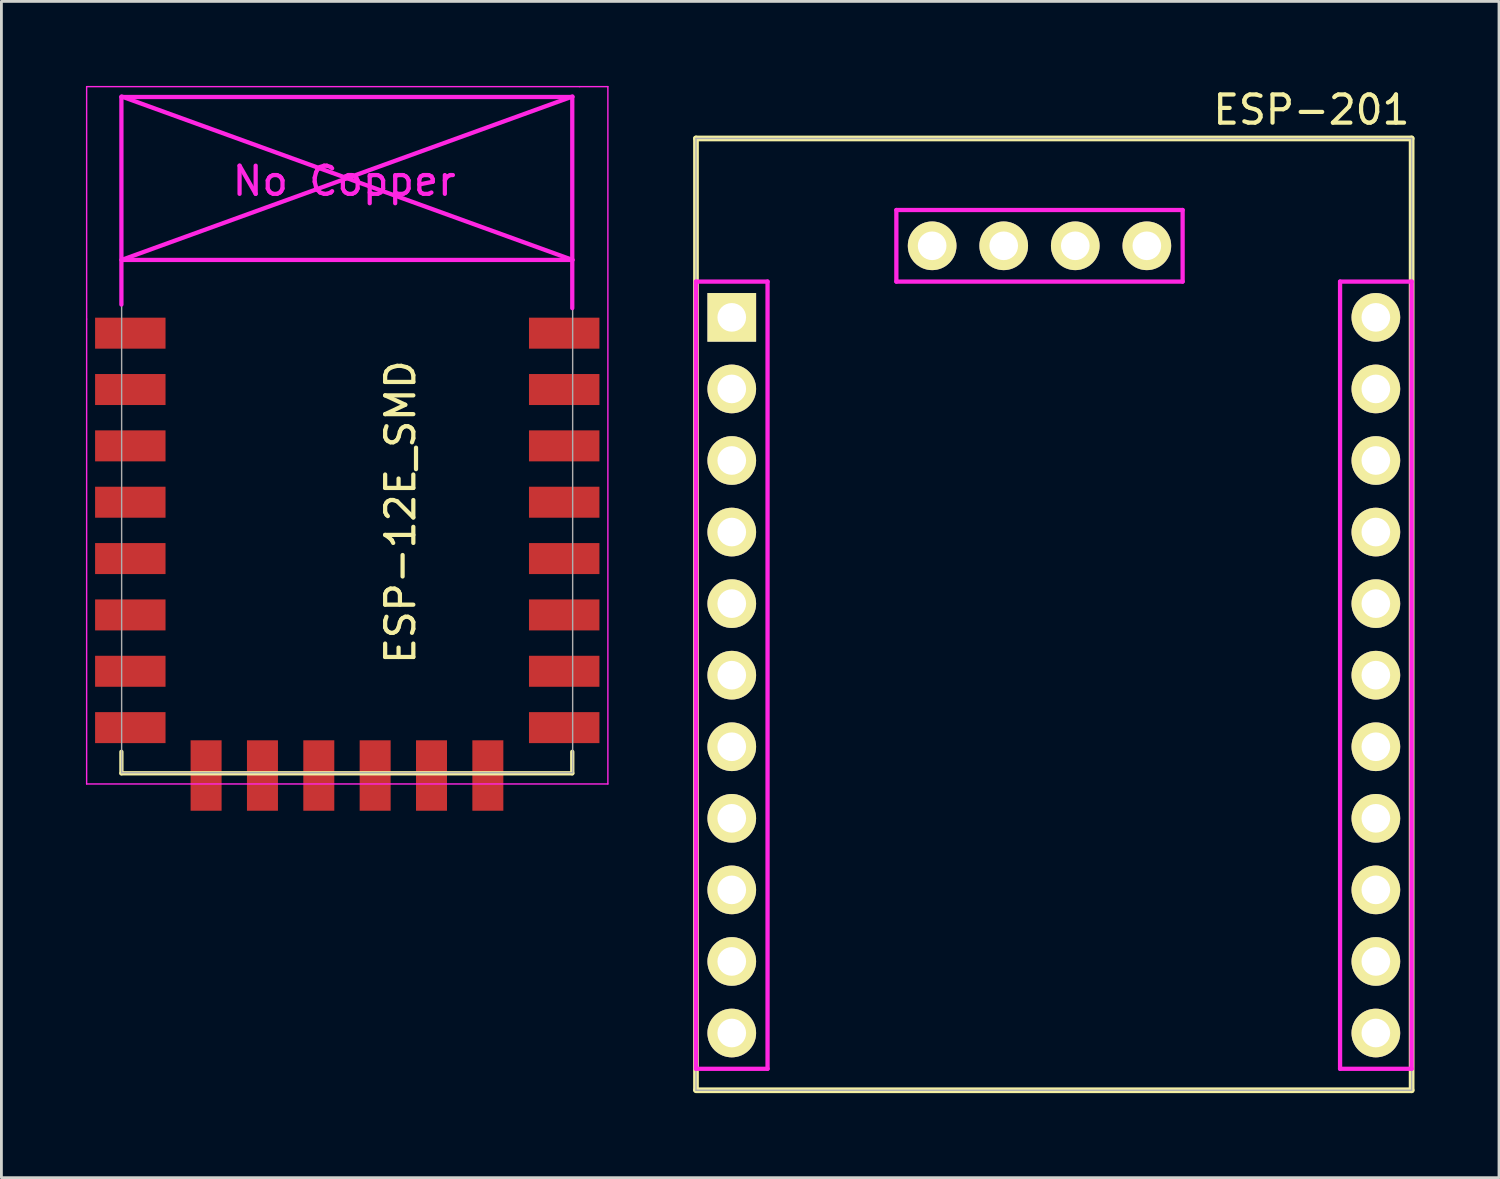
<source format=kicad_pcb>
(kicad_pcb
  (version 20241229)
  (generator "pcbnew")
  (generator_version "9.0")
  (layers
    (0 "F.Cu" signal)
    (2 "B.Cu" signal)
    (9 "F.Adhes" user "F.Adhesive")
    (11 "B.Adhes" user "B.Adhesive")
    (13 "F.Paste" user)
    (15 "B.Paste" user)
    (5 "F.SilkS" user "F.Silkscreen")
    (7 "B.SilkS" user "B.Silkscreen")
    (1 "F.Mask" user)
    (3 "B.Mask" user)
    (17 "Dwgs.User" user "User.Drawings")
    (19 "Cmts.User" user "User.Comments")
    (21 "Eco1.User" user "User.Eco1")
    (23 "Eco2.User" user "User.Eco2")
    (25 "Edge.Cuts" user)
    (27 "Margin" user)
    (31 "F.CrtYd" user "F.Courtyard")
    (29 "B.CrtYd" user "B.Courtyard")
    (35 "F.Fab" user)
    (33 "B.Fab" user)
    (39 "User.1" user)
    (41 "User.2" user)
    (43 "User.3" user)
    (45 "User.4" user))
  (footprint "ESP-12E_SMD"
    (layer "F.Cu")
    (at 2.275 8.775)
    (property "Reference" "ESP-12E_SMD" (at 8.89 6.35 90) (layer "F.SilkS") (effects (font (size 1 1) (thickness 0.15))))
    (attr through_hole)
    (fp_line (start -1.016 14.859) (end -1.016 15.621) (stroke (width 0.152) (type solid)) (layer "F.SilkS"))
    (fp_line (start -1.016 15.621) (end 14.986 15.621) (stroke (width 0.152) (type solid)) (layer "F.SilkS"))
    (fp_line (start 14.986 15.621) (end 14.986 14.859) (stroke (width 0.152) (type solid)) (layer "F.SilkS"))
    (fp_line (start -2.25 -8.75) (end 15.25 -8.75) (stroke (width 0.05) (type solid)) (layer "F.CrtYd"))
    (fp_line (start -2.25 -0.5) (end -2.25 -8.75) (stroke (width 0.05) (type solid)) (layer "F.CrtYd"))
    (fp_line (start -2.25 16) (end -2.25 -0.5) (stroke (width 0.05) (type solid)) (layer "F.CrtYd"))
    (fp_line (start -1.016 -8.382) (end -1.016 -1.016) (stroke (width 0.152) (type solid)) (layer "F.CrtYd"))
    (fp_line (start -1.016 -8.382) (end 14.986 -8.382) (stroke (width 0.152) (type solid)) (layer "F.CrtYd"))
    (fp_line (start -1.008 -8.4) (end 14.992 -2.6) (stroke (width 0.152) (type solid)) (layer "F.CrtYd"))
    (fp_line (start -1.008 -2.6) (end 14.992 -2.6) (stroke (width 0.152) (type solid)) (layer "F.CrtYd"))
    (fp_line (start 14.986 -8.382) (end 14.986 -0.889) (stroke (width 0.152) (type solid)) (layer "F.CrtYd"))
    (fp_line (start 14.992 -8.4) (end -1.008 -2.6) (stroke (width 0.152) (type solid)) (layer "F.CrtYd"))
    (fp_line (start 15.25 -8.75) (end 16.25 -8.75) (stroke (width 0.05) (type solid)) (layer "F.CrtYd"))
    (fp_line (start 16.25 -8.75) (end 16.25 16) (stroke (width 0.05) (type solid)) (layer "F.CrtYd"))
    (fp_line (start 16.25 16) (end -2.25 16) (stroke (width 0.05) (type solid)) (layer "F.CrtYd"))
    (fp_line (start -1.008 -8.4) (end 14.992 -8.4) (stroke (width 0.05) (type solid)) (layer "F.Fab"))
    (fp_line (start -1.008 15.6) (end -1.008 -8.4) (stroke (width 0.05) (type solid)) (layer "F.Fab"))
    (fp_line (start 14.992 15.6) (end -1.008 15.6) (stroke (width 0.05) (type solid)) (layer "F.Fab"))
    (fp_line (start 15 -8.4) (end 15 15.6) (stroke (width 0.05) (type solid)) (layer "F.Fab"))
    (fp_text user "No Copper" (at 6.892 -5.4 0) (layer "F.CrtYd") (effects (font (size 1 1) (thickness 0.15))))
    (pad "1" smd rect (at 0 0) (size 2.5 1.1) (drill (offset -0.7 0)) (layers "F.Cu" "F.Mask" "F.Paste"))
    (pad "2" smd rect (at 0 2) (size 2.5 1.1) (drill (offset -0.7 0)) (layers "F.Cu" "F.Mask" "F.Paste"))
    (pad "3" smd rect (at 0 4) (size 2.5 1.1) (drill (offset -0.7 0)) (layers "F.Cu" "F.Mask" "F.Paste"))
    (pad "4" smd rect (at 0 6) (size 2.5 1.1) (drill (offset -0.7 0)) (layers "F.Cu" "F.Mask" "F.Paste"))
    (pad "5" smd rect (at 0 8) (size 2.5 1.1) (drill (offset -0.7 0)) (layers "F.Cu" "F.Mask" "F.Paste"))
    (pad "6" smd rect (at 0 10) (size 2.5 1.1) (drill (offset -0.7 0)) (layers "F.Cu" "F.Mask" "F.Paste"))
    (pad "7" smd rect (at 0 12) (size 2.5 1.1) (drill (offset -0.7 0)) (layers "F.Cu" "F.Mask" "F.Paste"))
    (pad "8" smd rect (at 0 14) (size 2.5 1.1) (drill (offset -0.7 0)) (layers "F.Cu" "F.Mask" "F.Paste"))
    (pad "9" smd rect (at 14 14) (size 2.5 1.1) (drill (offset 0.7 0)) (layers "F.Cu" "F.Mask" "F.Paste"))
    (pad "10" smd rect (at 14 12) (size 2.5 1.1) (drill (offset 0.7 0)) (layers "F.Cu" "F.Mask" "F.Paste"))
    (pad "11" smd rect (at 14 10) (size 2.5 1.1) (drill (offset 0.7 0)) (layers "F.Cu" "F.Mask" "F.Paste"))
    (pad "12" smd rect (at 14 8) (size 2.5 1.1) (drill (offset 0.7 0)) (layers "F.Cu" "F.Mask" "F.Paste"))
    (pad "13" smd rect (at 14 6) (size 2.5 1.1) (drill (offset 0.7 0)) (layers "F.Cu" "F.Mask" "F.Paste"))
    (pad "14" smd rect (at 14 4) (size 2.5 1.1) (drill (offset 0.7 0)) (layers "F.Cu" "F.Mask" "F.Paste"))
    (pad "15" smd rect (at 14 2) (size 2.5 1.1) (drill (offset 0.7 0)) (layers "F.Cu" "F.Mask" "F.Paste"))
    (pad "16" smd rect (at 14 0) (size 2.5 1.1) (drill (offset 0.7 0)) (layers "F.Cu" "F.Mask" "F.Paste"))
    (pad "17" smd rect (at 1.99 15 90) (size 2.5 1.1) (drill (offset -0.7 0)) (layers "F.Cu" "F.Mask" "F.Paste"))
    (pad "18" smd rect (at 3.99 15 90) (size 2.5 1.1) (drill (offset -0.7 0)) (layers "F.Cu" "F.Mask" "F.Paste"))
    (pad "19" smd rect (at 5.99 15 90) (size 2.5 1.1) (drill (offset -0.7 0)) (layers "F.Cu" "F.Mask" "F.Paste"))
    (pad "20" smd rect (at 7.99 15 90) (size 2.5 1.1) (drill (offset -0.7 0)) (layers "F.Cu" "F.Mask" "F.Paste"))
    (pad "21" smd rect (at 9.99 15 90) (size 2.5 1.1) (drill (offset -0.7 0)) (layers "F.Cu" "F.Mask" "F.Paste"))
    (pad "22" smd rect (at 11.99 15 90) (size 2.5 1.1) (drill (offset -0.7 0)) (layers "F.Cu" "F.Mask" "F.Paste")))
  (footprint "ESP-201"
    (layer "F.Cu")
    (at 22.922 8.214)
    (property "Reference" "ESP-201" (at 20.574 -7.366 0) (layer "F.SilkS") (effects (font (size 1 1) (thickness 0.15))))
    (attr through_hole)
    (fp_line (start -1.27 -6.35) (end -1.27 27.407) (stroke (width 0.203) (type solid)) (layer "F.SilkS"))
    (fp_line (start -1.27 27.432) (end 24.13 27.432) (stroke (width 0.203) (type solid)) (layer "F.SilkS"))
    (fp_line (start 24.13 -6.35) (end -1.27 -6.35) (stroke (width 0.203) (type solid)) (layer "F.SilkS"))
    (fp_line (start 24.13 27.432) (end 24.13 -6.35) (stroke (width 0.203) (type solid)) (layer "F.SilkS"))
    (fp_line (start -1.27 -1.27) (end -1.27 26.67) (stroke (width 0.152) (type solid)) (layer "F.CrtYd"))
    (fp_line (start -1.27 26.67) (end 1.27 26.67) (stroke (width 0.152) (type solid)) (layer "F.CrtYd"))
    (fp_line (start 1.27 -1.27) (end -1.27 -1.27) (stroke (width 0.152) (type solid)) (layer "F.CrtYd"))
    (fp_line (start 1.27 26.67) (end 1.27 -1.27) (stroke (width 0.152) (type solid)) (layer "F.CrtYd"))
    (fp_line (start 5.842 -3.81) (end 16.002 -3.81) (stroke (width 0.152) (type solid)) (layer "F.CrtYd"))
    (fp_line (start 5.842 -1.27) (end 5.842 -3.81) (stroke (width 0.152) (type solid)) (layer "F.CrtYd"))
    (fp_line (start 16.002 -3.81) (end 16.002 -1.27) (stroke (width 0.152) (type solid)) (layer "F.CrtYd"))
    (fp_line (start 16.002 -1.27) (end 5.842 -1.27) (stroke (width 0.152) (type solid)) (layer "F.CrtYd"))
    (fp_line (start 21.59 -1.27) (end 24.13 -1.27) (stroke (width 0.152) (type solid)) (layer "F.CrtYd"))
    (fp_line (start 21.59 26.67) (end 21.59 -1.27) (stroke (width 0.152) (type solid)) (layer "F.CrtYd"))
    (fp_line (start 24.13 -1.27) (end 24.13 26.67) (stroke (width 0.152) (type solid)) (layer "F.CrtYd"))
    (fp_line (start 24.13 26.67) (end 21.59 26.67) (stroke (width 0.152) (type solid)) (layer "F.CrtYd"))
    (fp_line (start -1.27 -6.35) (end 24.13 -6.35) (stroke (width 0.05) (type solid)) (layer "F.Fab"))
    (fp_line (start -1.27 27.432) (end -1.27 -6.35) (stroke (width 0.05) (type solid)) (layer "F.Fab"))
    (fp_line (start 24.13 -6.35) (end 24.13 27.432) (stroke (width 0.05) (type solid)) (layer "F.Fab"))
    (fp_line (start 24.13 27.432) (end -1.27 27.432) (stroke (width 0.05) (type solid)) (layer "F.Fab"))
    (pad "1" thru_hole rect (at 0 0 90) (size 1.727 1.727) (drill 1.016) (layers "*.Cu" "*.Mask" "F.SilkS"))
    (pad "2" thru_hole circle (at 0 2.54 90) (size 1.727 1.727) (drill 1.016) (layers "*.Cu" "*.Mask" "F.SilkS"))
    (pad "3" thru_hole circle (at 0 5.08 90) (size 1.727 1.727) (drill 1.016) (layers "*.Cu" "*.Mask" "F.SilkS"))
    (pad "4" thru_hole circle (at 0 7.62 90) (size 1.727 1.727) (drill 1.016) (layers "*.Cu" "*.Mask" "F.SilkS"))
    (pad "5" thru_hole circle (at 0 10.16 90) (size 1.727 1.727) (drill 1.016) (layers "*.Cu" "*.Mask" "F.SilkS"))
    (pad "6" thru_hole circle (at 0 12.7 90) (size 1.727 1.727) (drill 1.016) (layers "*.Cu" "*.Mask" "F.SilkS"))
    (pad "7" thru_hole circle (at 0 15.24 90) (size 1.727 1.727) (drill 1.016) (layers "*.Cu" "*.Mask" "F.SilkS"))
    (pad "8" thru_hole circle (at 0 17.78 90) (size 1.727 1.727) (drill 1.016) (layers "*.Cu" "*.Mask" "F.SilkS"))
    (pad "9" thru_hole circle (at 0 20.32 90) (size 1.727 1.727) (drill 1.016) (layers "*.Cu" "*.Mask" "F.SilkS"))
    (pad "10" thru_hole circle (at 0 22.86 90) (size 1.727 1.727) (drill 1.016) (layers "*.Cu" "*.Mask" "F.SilkS"))
    (pad "11" thru_hole circle (at 0 25.4 90) (size 1.727 1.727) (drill 1.016) (layers "*.Cu" "*.Mask" "F.SilkS"))
    (pad "12" thru_hole circle (at 22.86 25.4 90) (size 1.727 1.727) (drill 1.016) (layers "*.Cu" "*.Mask" "F.SilkS"))
    (pad "13" thru_hole circle (at 22.86 22.86 90) (size 1.727 1.727) (drill 1.016) (layers "*.Cu" "*.Mask" "F.SilkS"))
    (pad "14" thru_hole circle (at 22.86 20.32 90) (size 1.727 1.727) (drill 1.016) (layers "*.Cu" "*.Mask" "F.SilkS"))
    (pad "15" thru_hole circle (at 22.86 17.78 90) (size 1.727 1.727) (drill 1.016) (layers "*.Cu" "*.Mask" "F.SilkS"))
    (pad "16" thru_hole circle (at 22.86 15.24 90) (size 1.727 1.727) (drill 1.016) (layers "*.Cu" "*.Mask" "F.SilkS"))
    (pad "17" thru_hole circle (at 22.86 12.7 90) (size 1.727 1.727) (drill 1.016) (layers "*.Cu" "*.Mask" "F.SilkS"))
    (pad "18" thru_hole circle (at 22.86 10.16 90) (size 1.727 1.727) (drill 1.016) (layers "*.Cu" "*.Mask" "F.SilkS"))
    (pad "19" thru_hole circle (at 22.86 7.62 90) (size 1.727 1.727) (drill 1.016) (layers "*.Cu" "*.Mask" "F.SilkS"))
    (pad "20" thru_hole circle (at 22.86 5.08 90) (size 1.727 1.727) (drill 1.016) (layers "*.Cu" "*.Mask" "F.SilkS"))
    (pad "21" thru_hole circle (at 22.86 2.54 90) (size 1.727 1.727) (drill 1.016) (layers "*.Cu" "*.Mask" "F.SilkS"))
    (pad "22" thru_hole circle (at 22.86 0 90) (size 1.727 1.727) (drill 1.016) (layers "*.Cu" "*.Mask" "F.SilkS"))
    (pad "23" thru_hole circle (at 14.732 -2.54 90) (size 1.727 1.727) (drill 1.016) (layers "*.Cu" "*.Mask" "F.SilkS"))
    (pad "24" thru_hole circle (at 12.192 -2.54 90) (size 1.727 1.727) (drill 1.016) (layers "*.Cu" "*.Mask" "F.SilkS"))
    (pad "25" thru_hole circle (at 9.652 -2.54 90) (size 1.727 1.727) (drill 1.016) (layers "*.Cu" "*.Mask" "F.SilkS"))
    (pad "26" thru_hole circle (at 7.112 -2.54 90) (size 1.727 1.727) (drill 1.016) (layers "*.Cu" "*.Mask" "F.SilkS")))
  (gr_rect
    (start -3 -3)
    (end 50.153 38.748)
    (stroke (width 0.1) (type default))
    (fill no)
    (layer "Edge.Cuts")))
</source>
